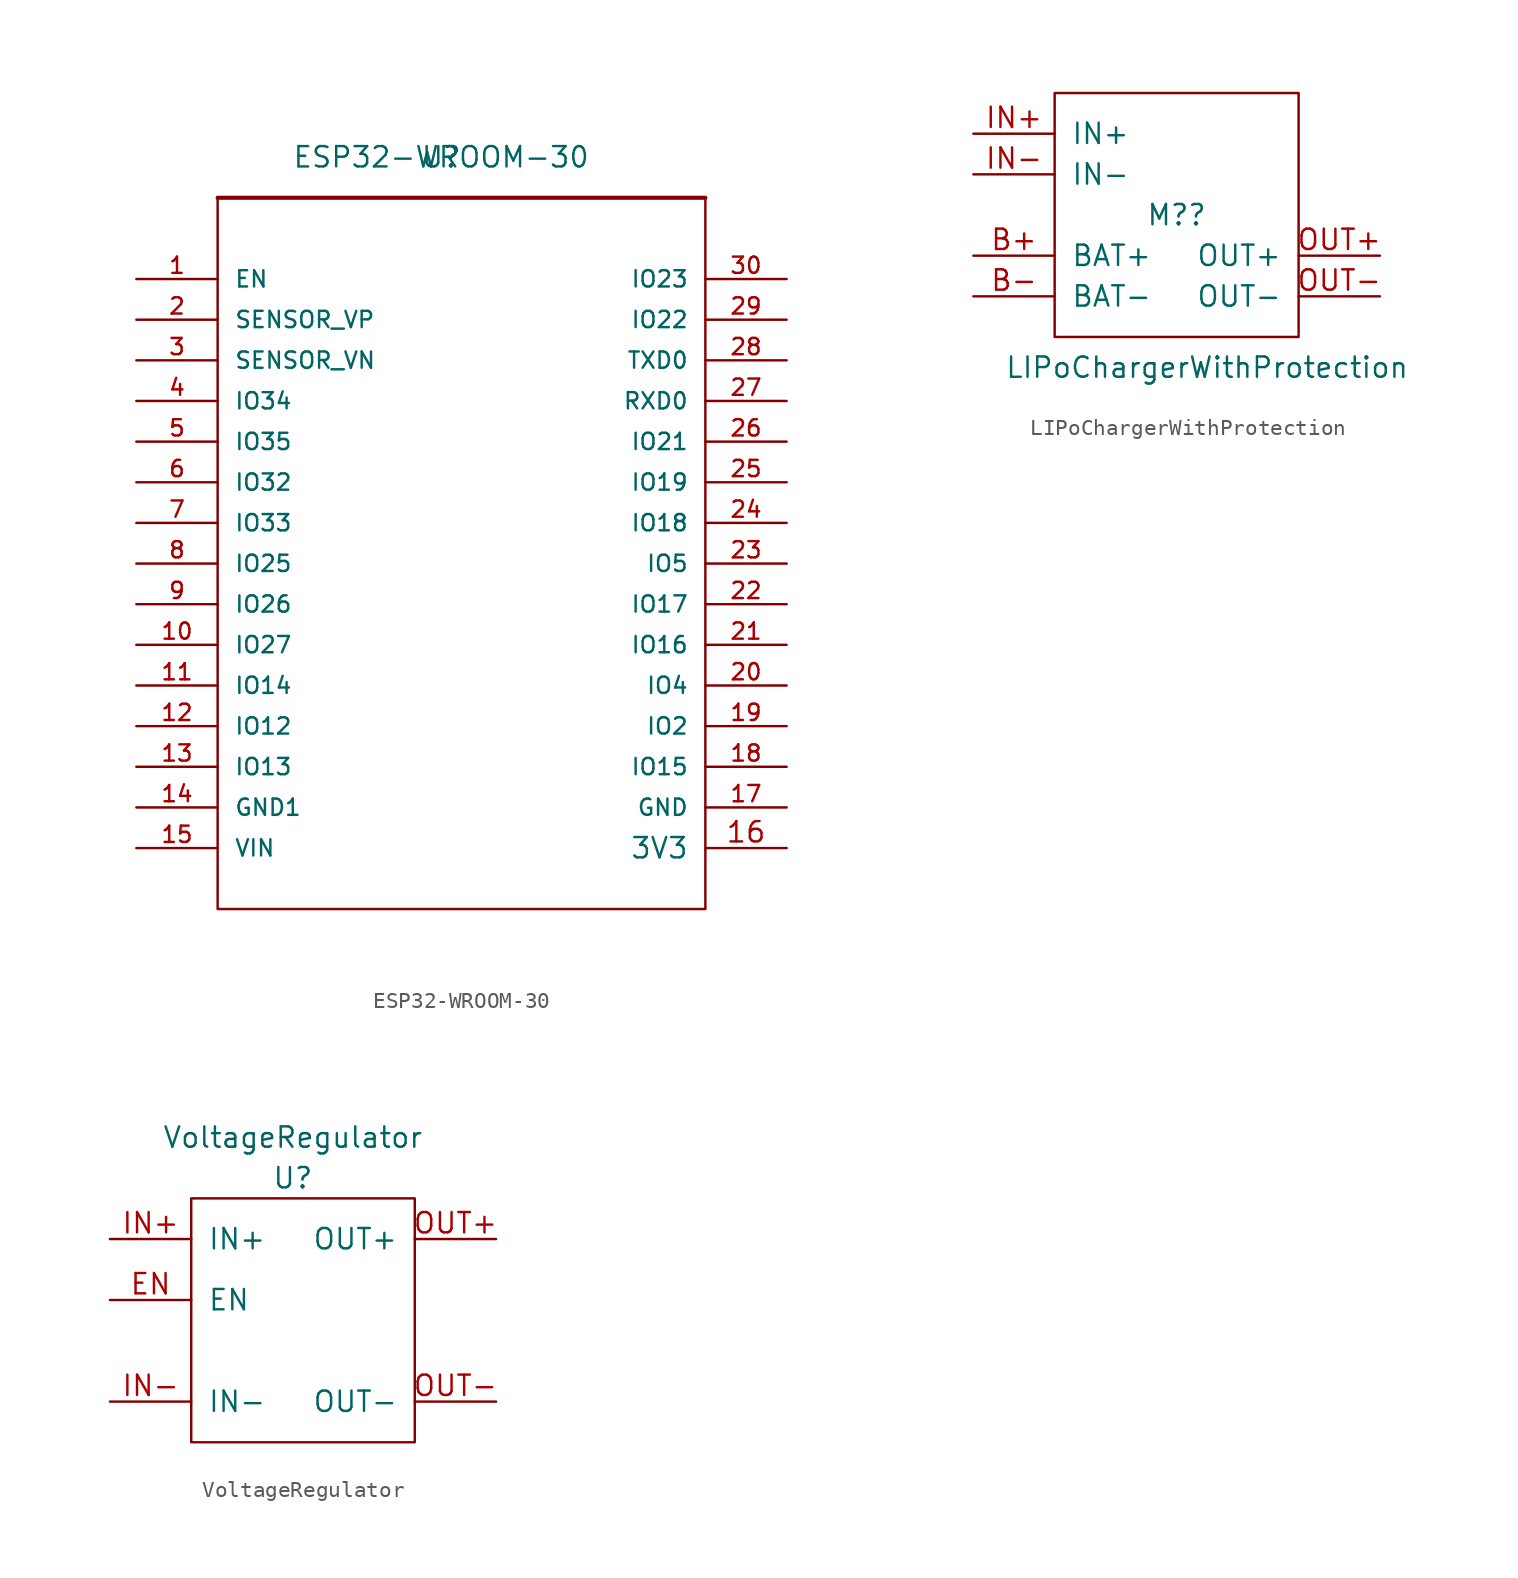
<source format=kicad_sym>
(kicad_symbol_lib
  (version 20211014)
  (generator kicad_symbol_editor)
  (symbol "ESP32-WROOM-30"
    (pin_names
      (offset 1.016))
    (property "Reference" "U"
      (at 0 0 0)
      (effects (font (size 1.27 1.27))))
    (property "Value" "ESP32-WROOM-30"
      (at 0 0 0)
      (effects (font (size 1.27 1.27))))
    (symbol "ESP32-WROOM-30_0_1"
      (rectangle (start -13.97 -2.54) (end 16.51 -46.99) (stroke (width 0) (type default) (color 0 0 0 0)) (fill (type none))))
    (symbol "ESP32-WROOM-30_1_1"
      (polyline (pts (xy -13.97 -2.54) (xy 16.51 -2.54)) (stroke (width 0.254) (type default) (color 0 0 0 0)) (fill (type none)))
      (pin input line (at -19.05 -7.62 0) (length 5.08) (name "EN" (effects (font (size 1.016 1.016)))) (number "1" (effects (font (size 1.016 1.016)))))
      (pin bidirectional line (at -19.05 -30.48 0) (length 5.08) (name "IO27" (effects (font (size 1.016 1.016)))) (number "10" (effects (font (size 1.016 1.016)))))
      (pin bidirectional line (at -19.05 -33.02 0) (length 5.08) (name "IO14" (effects (font (size 1.016 1.016)))) (number "11" (effects (font (size 1.016 1.016)))))
      (pin bidirectional line (at -19.05 -35.56 0) (length 5.08) (name "IO12" (effects (font (size 1.016 1.016)))) (number "12" (effects (font (size 1.016 1.016)))))
      (pin bidirectional line (at -19.05 -38.1 0) (length 5.08) (name "IO13" (effects (font (size 1.016 1.016)))) (number "13" (effects (font (size 1.016 1.016)))))
      (pin power_in line (at -19.05 -40.64 0) (length 5.08) (name "GND1" (effects (font (size 1.016 1.016)))) (number "14" (effects (font (size 1.016 1.016)))))
      (pin power_in line (at -19.05 -43.18 0) (length 5.08) (name "VIN" (effects (font (size 1.016 1.016)))) (number "15" (effects (font (size 1.016 1.016)))))
      (pin power_in line (at 21.59 -43.18 180) (length 5.08) (name "3V3" (effects (font (size 1.27 1.27)))) (number "16" (effects (font (size 1.27 1.27)))))
      (pin power_in line (at 21.59 -40.64 180) (length 5.08) (name "GND" (effects (font (size 1.016 1.016)))) (number "17" (effects (font (size 1.016 1.016)))))
      (pin bidirectional line (at 21.59 -38.1 180) (length 5.08) (name "IO15" (effects (font (size 1.016 1.016)))) (number "18" (effects (font (size 1.016 1.016)))))
      (pin bidirectional line (at 21.59 -35.56 180) (length 5.08) (name "IO2" (effects (font (size 1.016 1.016)))) (number "19" (effects (font (size 1.016 1.016)))))
      (pin input line (at -19.05 -10.16 0) (length 5.08) (name "SENSOR_VP" (effects (font (size 1.016 1.016)))) (number "2" (effects (font (size 1.016 1.016)))))
      (pin bidirectional line (at 21.59 -33.02 180) (length 5.08) (name "IO4" (effects (font (size 1.016 1.016)))) (number "20" (effects (font (size 1.016 1.016)))))
      (pin bidirectional line (at 21.59 -30.48 180) (length 5.08) (name "IO16" (effects (font (size 1.016 1.016)))) (number "21" (effects (font (size 1.016 1.016)))))
      (pin bidirectional line (at 21.59 -27.94 180) (length 5.08) (name "IO17" (effects (font (size 1.016 1.016)))) (number "22" (effects (font (size 1.016 1.016)))))
      (pin bidirectional line (at 21.59 -25.4 180) (length 5.08) (name "IO5" (effects (font (size 1.016 1.016)))) (number "23" (effects (font (size 1.016 1.016)))))
      (pin bidirectional line (at 21.59 -22.86 180) (length 5.08) (name "IO18" (effects (font (size 1.016 1.016)))) (number "24" (effects (font (size 1.016 1.016)))))
      (pin bidirectional line (at 21.59 -20.32 180) (length 5.08) (name "IO19" (effects (font (size 1.016 1.016)))) (number "25" (effects (font (size 1.016 1.016)))))
      (pin bidirectional line (at 21.59 -17.78 180) (length 5.08) (name "IO21" (effects (font (size 1.016 1.016)))) (number "26" (effects (font (size 1.016 1.016)))))
      (pin input line (at 21.59 -15.24 180) (length 5.08) (name "RXD0" (effects (font (size 1.016 1.016)))) (number "27" (effects (font (size 1.016 1.016)))))
      (pin output line (at 21.59 -12.7 180) (length 5.08) (name "TXD0" (effects (font (size 1.016 1.016)))) (number "28" (effects (font (size 1.016 1.016)))))
      (pin bidirectional line (at 21.59 -10.16 180) (length 5.08) (name "IO22" (effects (font (size 1.016 1.016)))) (number "29" (effects (font (size 1.016 1.016)))))
      (pin input line (at -19.05 -12.7 0) (length 5.08) (name "SENSOR_VN" (effects (font (size 1.016 1.016)))) (number "3" (effects (font (size 1.016 1.016)))))
      (pin bidirectional line (at 21.59 -7.62 180) (length 5.08) (name "IO23" (effects (font (size 1.016 1.016)))) (number "30" (effects (font (size 1.016 1.016)))))
      (pin bidirectional line (at -19.05 -15.24 0) (length 5.08) (name "IO34" (effects (font (size 1.016 1.016)))) (number "4" (effects (font (size 1.016 1.016)))))
      (pin bidirectional line (at -19.05 -17.78 0) (length 5.08) (name "IO35" (effects (font (size 1.016 1.016)))) (number "5" (effects (font (size 1.016 1.016)))))
      (pin bidirectional line (at -19.05 -20.32 0) (length 5.08) (name "IO32" (effects (font (size 1.016 1.016)))) (number "6" (effects (font (size 1.016 1.016)))))
      (pin bidirectional line (at -19.05 -22.86 0) (length 5.08) (name "IO33" (effects (font (size 1.016 1.016)))) (number "7" (effects (font (size 1.016 1.016)))))
      (pin bidirectional line (at -19.05 -25.4 0) (length 5.08) (name "IO25" (effects (font (size 1.016 1.016)))) (number "8" (effects (font (size 1.016 1.016)))))
      (pin bidirectional line (at -19.05 -27.94 0) (length 5.08) (name "IO26" (effects (font (size 1.016 1.016)))) (number "9" (effects (font (size 1.016 1.016)))))))
  (symbol "LIPoChargerWithProtection"
    (pin_names
      (offset 1.016))
    (property "Reference" "M?"
      (at 0 0 0)
      (effects (font (size 1.27 1.27))))
    (property "Value" "LIPoChargerWithProtection"
      (at 1.905 -9.525 0)
      (effects (font (size 1.27 1.27))))
    (symbol "LIPoChargerWithProtection_1_1"
      (rectangle (start -7.62 7.62) (end 7.62 -7.62) (stroke (width 0) (type default) (color 0 0 0 0)) (fill (type none)))
      (pin power_in line (at -12.7 -2.54 0) (length 5.08) (name "BAT+" (effects (font (size 1.27 1.27)))) (number "B+" (effects (font (size 1.27 1.27)))))
      (pin power_in line (at -12.7 -5.08 0) (length 5.08) (name "BAT-" (effects (font (size 1.27 1.27)))) (number "B-" (effects (font (size 1.27 1.27)))))
      (pin power_in line (at -12.7 5.08 0) (length 5.08) (name "IN+" (effects (font (size 1.27 1.27)))) (number "IN+" (effects (font (size 1.27 1.27)))))
      (pin power_in line (at -12.7 2.54 0) (length 5.08) (name "IN-" (effects (font (size 1.27 1.27)))) (number "IN-" (effects (font (size 1.27 1.27)))))
      (pin power_out line (at 12.7 -2.54 180) (length 5.08) (name "OUT+" (effects (font (size 1.27 1.27)))) (number "OUT+" (effects (font (size 1.27 1.27)))))
      (pin power_out line (at 12.7 -5.08 180) (length 5.08) (name "OUT-" (effects (font (size 1.27 1.27)))) (number "OUT-" (effects (font (size 1.27 1.27)))))))
  (symbol "VoltageRegulator"
    (pin_names
      (offset 1.016))
    (property "Reference" "U"
      (at -1.27 8.89 0)
      (effects (font (size 1.27 1.27))))
    (property "Value" "VoltageRegulator"
      (at -1.27 11.43 0)
      (effects (font (size 1.27 1.27))))
    (symbol "VoltageRegulator_0_1"
      (rectangle (start -7.62 7.62) (end 6.35 -7.62) (stroke (width 0) (type default) (color 0 0 0 0)) (fill (type none))))
    (symbol "VoltageRegulator_1_1"
      (pin input line (at -12.7 1.27 0) (length 5.08) (name "EN" (effects (font (size 1.27 1.27)))) (number "EN" (effects (font (size 1.27 1.27)))))
      (pin power_in line (at -12.7 5.08 0) (length 5.08) (name "IN+" (effects (font (size 1.27 1.27)))) (number "IN+" (effects (font (size 1.27 1.27)))))
      (pin power_in line (at -12.7 -5.08 0) (length 5.08) (name "IN-" (effects (font (size 1.27 1.27)))) (number "IN-" (effects (font (size 1.27 1.27)))))
      (pin power_out line (at 11.43 5.08 180) (length 5.08) (name "OUT+" (effects (font (size 1.27 1.27)))) (number "OUT+" (effects (font (size 1.27 1.27)))))
      (pin power_out line (at 11.43 -5.08 180) (length 5.08) (name "OUT-" (effects (font (size 1.27 1.27)))) (number "OUT-" (effects (font (size 1.27 1.27))))))))
</source>
